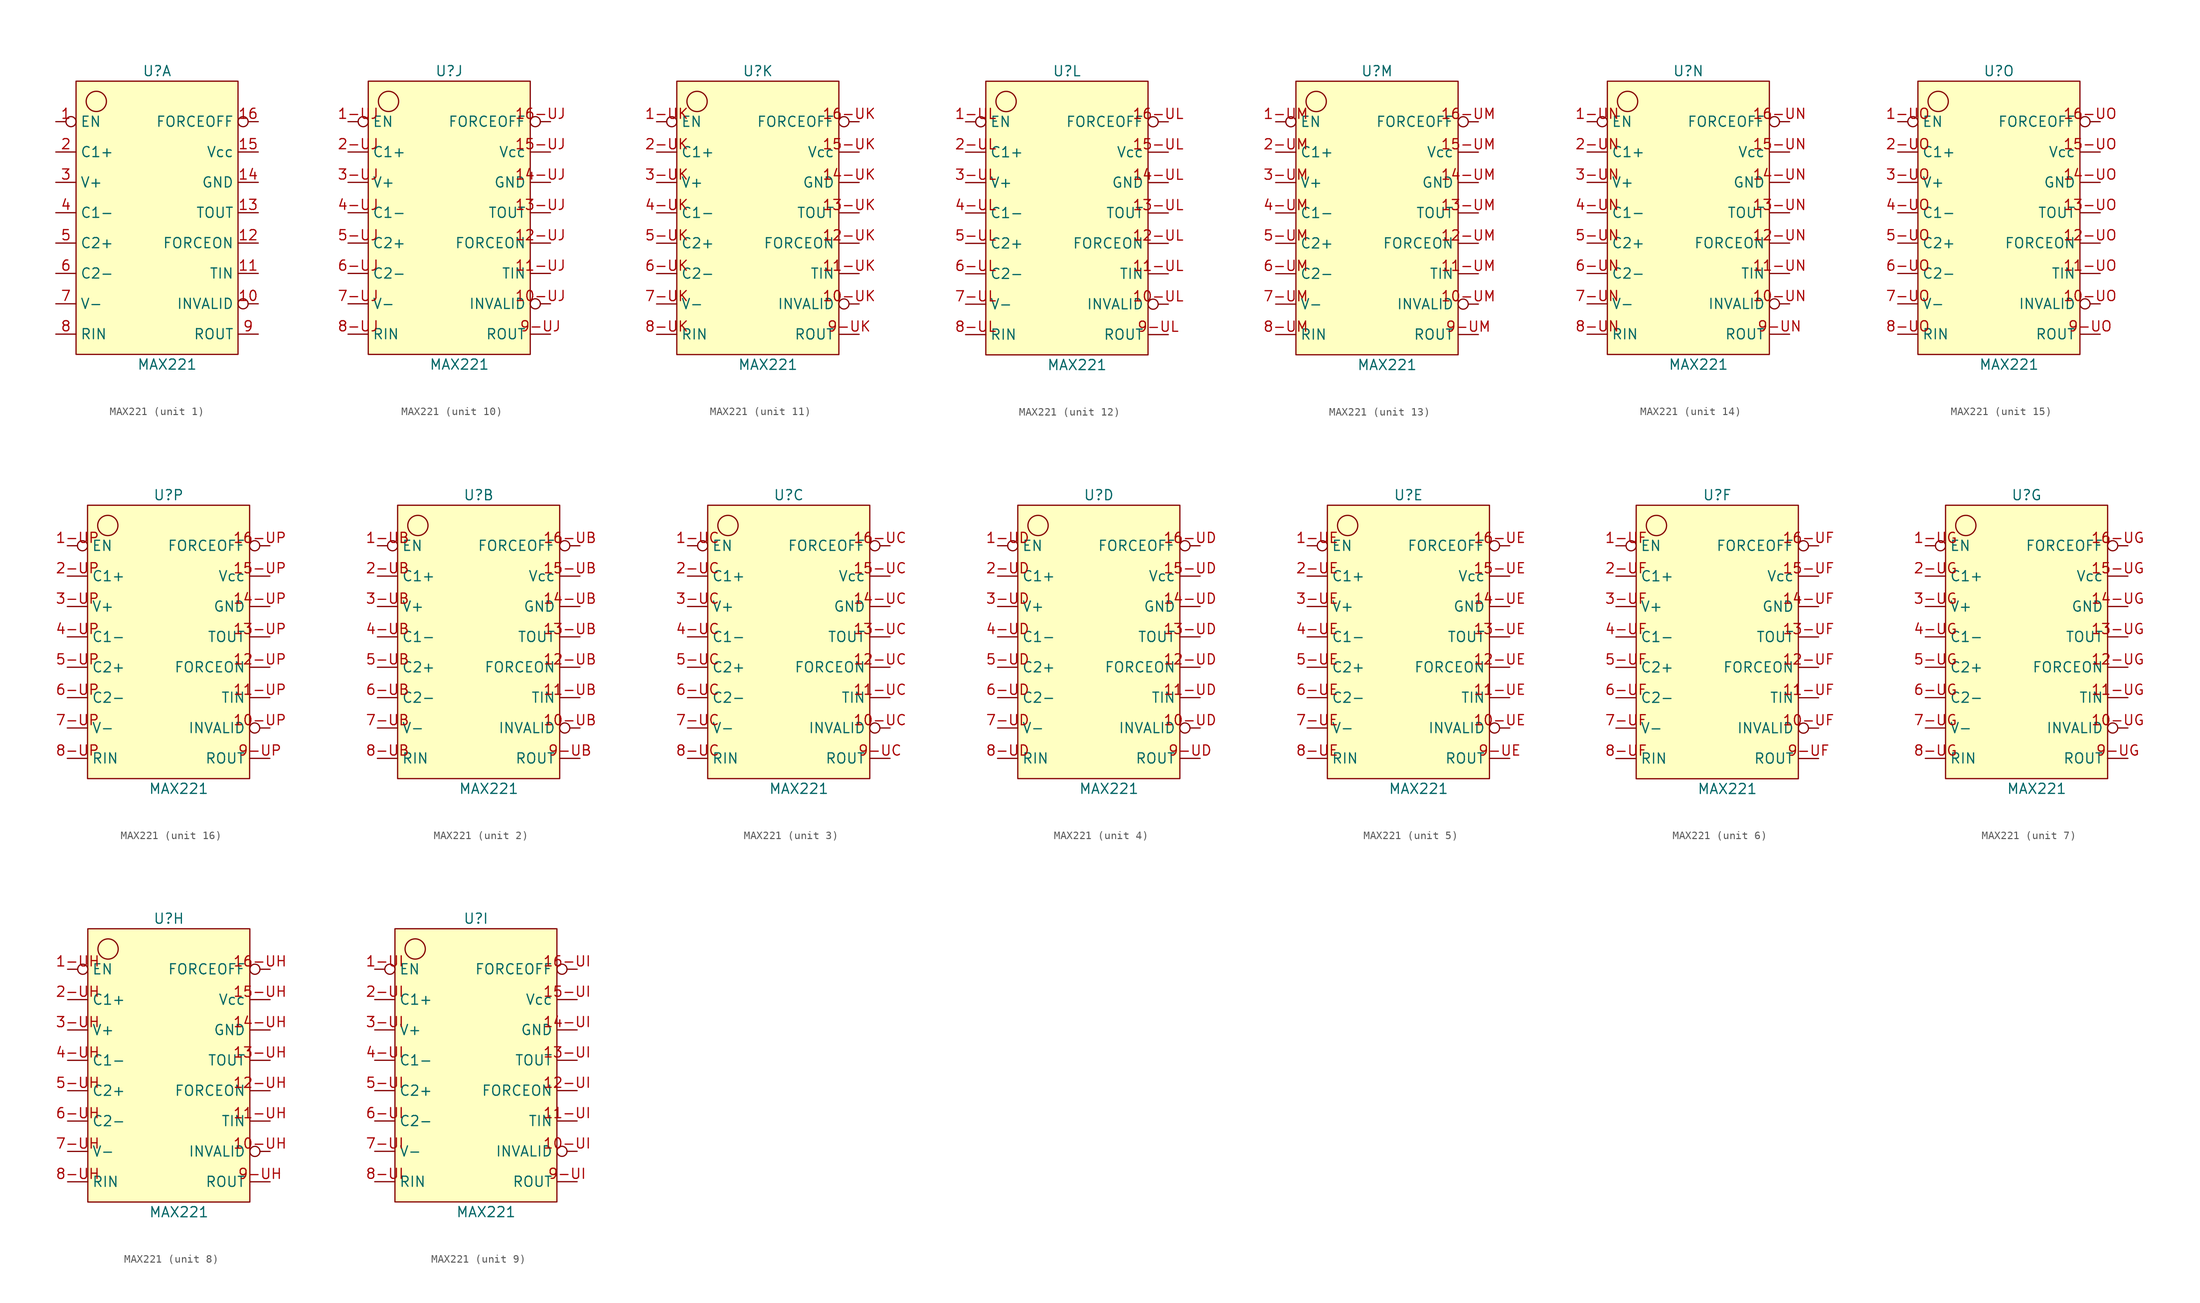
<source format=kicad_sym>
(kicad_symbol_lib
  (version 20211014)
  (generator kicad_symbol_editor)
  (symbol "MAX221"
    (property "Reference" "U"
      (at -5.08 19.05 0)
      (effects (font (size 1.27 1.27))))
    (property "Value" "MAX221"
      (at -3.81 -17.78 0)
      (effects (font (size 1.27 1.27))))
    (symbol "MAX221_0_1"
      (rectangle (start -15.24 17.78) (end 5.08 -16.51) (stroke (width 0) (type default) (color 0 0 0 0)) (fill (type background)))
      (circle (center -12.7 15.24) (radius 1.27) (stroke (width 0) (type default) (color 0 0 0 0)) (fill (type none))))
    (symbol "MAX221_1_1"
      (pin input inverted (at -17.78 12.7 0) (length 2.54) (name "EN" (effects (font (size 1.27 1.27)))) (number "1" (effects (font (size 1.27 1.27)))))
      (pin bidirectional inverted (at 7.62 -10.16 180) (length 2.54) (name "INVALID" (effects (font (size 1.27 1.27)))) (number "10" (effects (font (size 1.27 1.27)))))
      (pin bidirectional line (at 7.62 -6.35 180) (length 2.54) (name "TIN" (effects (font (size 1.27 1.27)))) (number "11" (effects (font (size 1.27 1.27)))))
      (pin bidirectional line (at 7.62 -2.54 180) (length 2.54) (name "FORCEON" (effects (font (size 1.27 1.27)))) (number "12" (effects (font (size 1.27 1.27)))))
      (pin bidirectional line (at 7.62 1.27 180) (length 2.54) (name "TOUT" (effects (font (size 1.27 1.27)))) (number "13" (effects (font (size 1.27 1.27)))))
      (pin power_out line (at 7.62 5.08 180) (length 2.54) (name "GND" (effects (font (size 1.27 1.27)))) (number "14" (effects (font (size 1.27 1.27)))))
      (pin power_in line (at 7.62 8.89 180) (length 2.54) (name "Vcc" (effects (font (size 1.27 1.27)))) (number "15" (effects (font (size 1.27 1.27)))))
      (pin bidirectional inverted (at 7.62 12.7 180) (length 2.54) (name "FORCEOFF" (effects (font (size 1.27 1.27)))) (number "16" (effects (font (size 1.27 1.27)))))
      (pin bidirectional line (at -17.78 8.89 0) (length 2.54) (name "C1+" (effects (font (size 1.27 1.27)))) (number "2" (effects (font (size 1.27 1.27)))))
      (pin bidirectional line (at -17.78 5.08 0) (length 2.54) (name "V+" (effects (font (size 1.27 1.27)))) (number "3" (effects (font (size 1.27 1.27)))))
      (pin bidirectional line (at -17.78 1.27 0) (length 2.54) (name "C1-" (effects (font (size 1.27 1.27)))) (number "4" (effects (font (size 1.27 1.27)))))
      (pin bidirectional line (at -17.78 -2.54 0) (length 2.54) (name "C2+" (effects (font (size 1.27 1.27)))) (number "5" (effects (font (size 1.27 1.27)))))
      (pin bidirectional line (at -17.78 -6.35 0) (length 2.54) (name "C2-" (effects (font (size 1.27 1.27)))) (number "6" (effects (font (size 1.27 1.27)))))
      (pin bidirectional line (at -17.78 -10.16 0) (length 2.54) (name "V-" (effects (font (size 1.27 1.27)))) (number "7" (effects (font (size 1.27 1.27)))))
      (pin bidirectional line (at -17.78 -13.97 0) (length 2.54) (name "RIN" (effects (font (size 1.27 1.27)))) (number "8" (effects (font (size 1.27 1.27)))))
      (pin bidirectional line (at 7.62 -13.97 180) (length 2.54) (name "ROUT" (effects (font (size 1.27 1.27)))) (number "9" (effects (font (size 1.27 1.27))))))
    (symbol "MAX221_2_1"
      (pin input inverted (at -17.78 12.7 0) (length 2.54) (name "EN" (effects (font (size 1.27 1.27)))) (number "1-UB" (effects (font (size 1.27 1.27)))))
      (pin bidirectional inverted (at 7.62 -10.16 180) (length 2.54) (name "INVALID" (effects (font (size 1.27 1.27)))) (number "10-UB" (effects (font (size 1.27 1.27)))))
      (pin bidirectional line (at 7.62 -6.35 180) (length 2.54) (name "TIN" (effects (font (size 1.27 1.27)))) (number "11-UB" (effects (font (size 1.27 1.27)))))
      (pin bidirectional line (at 7.62 -2.54 180) (length 2.54) (name "FORCEON" (effects (font (size 1.27 1.27)))) (number "12-UB" (effects (font (size 1.27 1.27)))))
      (pin bidirectional line (at 7.62 1.27 180) (length 2.54) (name "TOUT" (effects (font (size 1.27 1.27)))) (number "13-UB" (effects (font (size 1.27 1.27)))))
      (pin power_out line (at 7.62 5.08 180) (length 2.54) (name "GND" (effects (font (size 1.27 1.27)))) (number "14-UB" (effects (font (size 1.27 1.27)))))
      (pin power_in line (at 7.62 8.89 180) (length 2.54) (name "Vcc" (effects (font (size 1.27 1.27)))) (number "15-UB" (effects (font (size 1.27 1.27)))))
      (pin bidirectional inverted (at 7.62 12.7 180) (length 2.54) (name "FORCEOFF" (effects (font (size 1.27 1.27)))) (number "16-UB" (effects (font (size 1.27 1.27)))))
      (pin bidirectional line (at -17.78 8.89 0) (length 2.54) (name "C1+" (effects (font (size 1.27 1.27)))) (number "2-UB" (effects (font (size 1.27 1.27)))))
      (pin bidirectional line (at -17.78 5.08 0) (length 2.54) (name "V+" (effects (font (size 1.27 1.27)))) (number "3-UB" (effects (font (size 1.27 1.27)))))
      (pin bidirectional line (at -17.78 1.27 0) (length 2.54) (name "C1-" (effects (font (size 1.27 1.27)))) (number "4-UB" (effects (font (size 1.27 1.27)))))
      (pin bidirectional line (at -17.78 -2.54 0) (length 2.54) (name "C2+" (effects (font (size 1.27 1.27)))) (number "5-UB" (effects (font (size 1.27 1.27)))))
      (pin bidirectional line (at -17.78 -6.35 0) (length 2.54) (name "C2-" (effects (font (size 1.27 1.27)))) (number "6-UB" (effects (font (size 1.27 1.27)))))
      (pin bidirectional line (at -17.78 -10.16 0) (length 2.54) (name "V-" (effects (font (size 1.27 1.27)))) (number "7-UB" (effects (font (size 1.27 1.27)))))
      (pin bidirectional line (at -17.78 -13.97 0) (length 2.54) (name "RIN" (effects (font (size 1.27 1.27)))) (number "8-UB" (effects (font (size 1.27 1.27)))))
      (pin bidirectional line (at 7.62 -13.97 180) (length 2.54) (name "ROUT" (effects (font (size 1.27 1.27)))) (number "9-UB" (effects (font (size 1.27 1.27))))))
    (symbol "MAX221_3_1"
      (pin input inverted (at -17.78 12.7 0) (length 2.54) (name "EN" (effects (font (size 1.27 1.27)))) (number "1-UC" (effects (font (size 1.27 1.27)))))
      (pin bidirectional inverted (at 7.62 -10.16 180) (length 2.54) (name "INVALID" (effects (font (size 1.27 1.27)))) (number "10-UC" (effects (font (size 1.27 1.27)))))
      (pin bidirectional line (at 7.62 -6.35 180) (length 2.54) (name "TIN" (effects (font (size 1.27 1.27)))) (number "11-UC" (effects (font (size 1.27 1.27)))))
      (pin bidirectional line (at 7.62 -2.54 180) (length 2.54) (name "FORCEON" (effects (font (size 1.27 1.27)))) (number "12-UC" (effects (font (size 1.27 1.27)))))
      (pin bidirectional line (at 7.62 1.27 180) (length 2.54) (name "TOUT" (effects (font (size 1.27 1.27)))) (number "13-UC" (effects (font (size 1.27 1.27)))))
      (pin power_out line (at 7.62 5.08 180) (length 2.54) (name "GND" (effects (font (size 1.27 1.27)))) (number "14-UC" (effects (font (size 1.27 1.27)))))
      (pin power_in line (at 7.62 8.89 180) (length 2.54) (name "Vcc" (effects (font (size 1.27 1.27)))) (number "15-UC" (effects (font (size 1.27 1.27)))))
      (pin bidirectional inverted (at 7.62 12.7 180) (length 2.54) (name "FORCEOFF" (effects (font (size 1.27 1.27)))) (number "16-UC" (effects (font (size 1.27 1.27)))))
      (pin bidirectional line (at -17.78 8.89 0) (length 2.54) (name "C1+" (effects (font (size 1.27 1.27)))) (number "2-UC" (effects (font (size 1.27 1.27)))))
      (pin bidirectional line (at -17.78 5.08 0) (length 2.54) (name "V+" (effects (font (size 1.27 1.27)))) (number "3-UC" (effects (font (size 1.27 1.27)))))
      (pin bidirectional line (at -17.78 1.27 0) (length 2.54) (name "C1-" (effects (font (size 1.27 1.27)))) (number "4-UC" (effects (font (size 1.27 1.27)))))
      (pin bidirectional line (at -17.78 -2.54 0) (length 2.54) (name "C2+" (effects (font (size 1.27 1.27)))) (number "5-UC" (effects (font (size 1.27 1.27)))))
      (pin bidirectional line (at -17.78 -6.35 0) (length 2.54) (name "C2-" (effects (font (size 1.27 1.27)))) (number "6-UC" (effects (font (size 1.27 1.27)))))
      (pin bidirectional line (at -17.78 -10.16 0) (length 2.54) (name "V-" (effects (font (size 1.27 1.27)))) (number "7-UC" (effects (font (size 1.27 1.27)))))
      (pin bidirectional line (at -17.78 -13.97 0) (length 2.54) (name "RIN" (effects (font (size 1.27 1.27)))) (number "8-UC" (effects (font (size 1.27 1.27)))))
      (pin bidirectional line (at 7.62 -13.97 180) (length 2.54) (name "ROUT" (effects (font (size 1.27 1.27)))) (number "9-UC" (effects (font (size 1.27 1.27))))))
    (symbol "MAX221_4_1"
      (pin input inverted (at -17.78 12.7 0) (length 2.54) (name "EN" (effects (font (size 1.27 1.27)))) (number "1-UD" (effects (font (size 1.27 1.27)))))
      (pin bidirectional inverted (at 7.62 -10.16 180) (length 2.54) (name "INVALID" (effects (font (size 1.27 1.27)))) (number "10-UD" (effects (font (size 1.27 1.27)))))
      (pin bidirectional line (at 7.62 -6.35 180) (length 2.54) (name "TIN" (effects (font (size 1.27 1.27)))) (number "11-UD" (effects (font (size 1.27 1.27)))))
      (pin bidirectional line (at 7.62 -2.54 180) (length 2.54) (name "FORCEON" (effects (font (size 1.27 1.27)))) (number "12-UD" (effects (font (size 1.27 1.27)))))
      (pin bidirectional line (at 7.62 1.27 180) (length 2.54) (name "TOUT" (effects (font (size 1.27 1.27)))) (number "13-UD" (effects (font (size 1.27 1.27)))))
      (pin power_out line (at 7.62 5.08 180) (length 2.54) (name "GND" (effects (font (size 1.27 1.27)))) (number "14-UD" (effects (font (size 1.27 1.27)))))
      (pin power_in line (at 7.62 8.89 180) (length 2.54) (name "Vcc" (effects (font (size 1.27 1.27)))) (number "15-UD" (effects (font (size 1.27 1.27)))))
      (pin bidirectional inverted (at 7.62 12.7 180) (length 2.54) (name "FORCEOFF" (effects (font (size 1.27 1.27)))) (number "16-UD" (effects (font (size 1.27 1.27)))))
      (pin bidirectional line (at -17.78 8.89 0) (length 2.54) (name "C1+" (effects (font (size 1.27 1.27)))) (number "2-UD" (effects (font (size 1.27 1.27)))))
      (pin bidirectional line (at -17.78 5.08 0) (length 2.54) (name "V+" (effects (font (size 1.27 1.27)))) (number "3-UD" (effects (font (size 1.27 1.27)))))
      (pin bidirectional line (at -17.78 1.27 0) (length 2.54) (name "C1-" (effects (font (size 1.27 1.27)))) (number "4-UD" (effects (font (size 1.27 1.27)))))
      (pin bidirectional line (at -17.78 -2.54 0) (length 2.54) (name "C2+" (effects (font (size 1.27 1.27)))) (number "5-UD" (effects (font (size 1.27 1.27)))))
      (pin bidirectional line (at -17.78 -6.35 0) (length 2.54) (name "C2-" (effects (font (size 1.27 1.27)))) (number "6-UD" (effects (font (size 1.27 1.27)))))
      (pin bidirectional line (at -17.78 -10.16 0) (length 2.54) (name "V-" (effects (font (size 1.27 1.27)))) (number "7-UD" (effects (font (size 1.27 1.27)))))
      (pin bidirectional line (at -17.78 -13.97 0) (length 2.54) (name "RIN" (effects (font (size 1.27 1.27)))) (number "8-UD" (effects (font (size 1.27 1.27)))))
      (pin bidirectional line (at 7.62 -13.97 180) (length 2.54) (name "ROUT" (effects (font (size 1.27 1.27)))) (number "9-UD" (effects (font (size 1.27 1.27))))))
    (symbol "MAX221_5_1"
      (pin input inverted (at -17.78 12.7 0) (length 2.54) (name "EN" (effects (font (size 1.27 1.27)))) (number "1-UE" (effects (font (size 1.27 1.27)))))
      (pin bidirectional inverted (at 7.62 -10.16 180) (length 2.54) (name "INVALID" (effects (font (size 1.27 1.27)))) (number "10-UE" (effects (font (size 1.27 1.27)))))
      (pin bidirectional line (at 7.62 -6.35 180) (length 2.54) (name "TIN" (effects (font (size 1.27 1.27)))) (number "11-UE" (effects (font (size 1.27 1.27)))))
      (pin bidirectional line (at 7.62 -2.54 180) (length 2.54) (name "FORCEON" (effects (font (size 1.27 1.27)))) (number "12-UE" (effects (font (size 1.27 1.27)))))
      (pin bidirectional line (at 7.62 1.27 180) (length 2.54) (name "TOUT" (effects (font (size 1.27 1.27)))) (number "13-UE" (effects (font (size 1.27 1.27)))))
      (pin power_out line (at 7.62 5.08 180) (length 2.54) (name "GND" (effects (font (size 1.27 1.27)))) (number "14-UE" (effects (font (size 1.27 1.27)))))
      (pin power_in line (at 7.62 8.89 180) (length 2.54) (name "Vcc" (effects (font (size 1.27 1.27)))) (number "15-UE" (effects (font (size 1.27 1.27)))))
      (pin bidirectional inverted (at 7.62 12.7 180) (length 2.54) (name "FORCEOFF" (effects (font (size 1.27 1.27)))) (number "16-UE" (effects (font (size 1.27 1.27)))))
      (pin bidirectional line (at -17.78 8.89 0) (length 2.54) (name "C1+" (effects (font (size 1.27 1.27)))) (number "2-UE" (effects (font (size 1.27 1.27)))))
      (pin bidirectional line (at -17.78 5.08 0) (length 2.54) (name "V+" (effects (font (size 1.27 1.27)))) (number "3-UE" (effects (font (size 1.27 1.27)))))
      (pin bidirectional line (at -17.78 1.27 0) (length 2.54) (name "C1-" (effects (font (size 1.27 1.27)))) (number "4-UE" (effects (font (size 1.27 1.27)))))
      (pin bidirectional line (at -17.78 -2.54 0) (length 2.54) (name "C2+" (effects (font (size 1.27 1.27)))) (number "5-UE" (effects (font (size 1.27 1.27)))))
      (pin bidirectional line (at -17.78 -6.35 0) (length 2.54) (name "C2-" (effects (font (size 1.27 1.27)))) (number "6-UE" (effects (font (size 1.27 1.27)))))
      (pin bidirectional line (at -17.78 -10.16 0) (length 2.54) (name "V-" (effects (font (size 1.27 1.27)))) (number "7-UE" (effects (font (size 1.27 1.27)))))
      (pin bidirectional line (at -17.78 -13.97 0) (length 2.54) (name "RIN" (effects (font (size 1.27 1.27)))) (number "8-UE" (effects (font (size 1.27 1.27)))))
      (pin bidirectional line (at 7.62 -13.97 180) (length 2.54) (name "ROUT" (effects (font (size 1.27 1.27)))) (number "9-UE" (effects (font (size 1.27 1.27))))))
    (symbol "MAX221_6_1"
      (pin input inverted (at -17.78 12.7 0) (length 2.54) (name "EN" (effects (font (size 1.27 1.27)))) (number "1-UF" (effects (font (size 1.27 1.27)))))
      (pin bidirectional inverted (at 7.62 -10.16 180) (length 2.54) (name "INVALID" (effects (font (size 1.27 1.27)))) (number "10-UF" (effects (font (size 1.27 1.27)))))
      (pin bidirectional line (at 7.62 -6.35 180) (length 2.54) (name "TIN" (effects (font (size 1.27 1.27)))) (number "11-UF" (effects (font (size 1.27 1.27)))))
      (pin bidirectional line (at 7.62 -2.54 180) (length 2.54) (name "FORCEON" (effects (font (size 1.27 1.27)))) (number "12-UF" (effects (font (size 1.27 1.27)))))
      (pin bidirectional line (at 7.62 1.27 180) (length 2.54) (name "TOUT" (effects (font (size 1.27 1.27)))) (number "13-UF" (effects (font (size 1.27 1.27)))))
      (pin power_out line (at 7.62 5.08 180) (length 2.54) (name "GND" (effects (font (size 1.27 1.27)))) (number "14-UF" (effects (font (size 1.27 1.27)))))
      (pin power_in line (at 7.62 8.89 180) (length 2.54) (name "Vcc" (effects (font (size 1.27 1.27)))) (number "15-UF" (effects (font (size 1.27 1.27)))))
      (pin bidirectional inverted (at 7.62 12.7 180) (length 2.54) (name "FORCEOFF" (effects (font (size 1.27 1.27)))) (number "16-UF" (effects (font (size 1.27 1.27)))))
      (pin bidirectional line (at -17.78 8.89 0) (length 2.54) (name "C1+" (effects (font (size 1.27 1.27)))) (number "2-UF" (effects (font (size 1.27 1.27)))))
      (pin bidirectional line (at -17.78 5.08 0) (length 2.54) (name "V+" (effects (font (size 1.27 1.27)))) (number "3-UF" (effects (font (size 1.27 1.27)))))
      (pin bidirectional line (at -17.78 1.27 0) (length 2.54) (name "C1-" (effects (font (size 1.27 1.27)))) (number "4-UF" (effects (font (size 1.27 1.27)))))
      (pin bidirectional line (at -17.78 -2.54 0) (length 2.54) (name "C2+" (effects (font (size 1.27 1.27)))) (number "5-UF" (effects (font (size 1.27 1.27)))))
      (pin bidirectional line (at -17.78 -6.35 0) (length 2.54) (name "C2-" (effects (font (size 1.27 1.27)))) (number "6-UF" (effects (font (size 1.27 1.27)))))
      (pin bidirectional line (at -17.78 -10.16 0) (length 2.54) (name "V-" (effects (font (size 1.27 1.27)))) (number "7-UF" (effects (font (size 1.27 1.27)))))
      (pin bidirectional line (at -17.78 -13.97 0) (length 2.54) (name "RIN" (effects (font (size 1.27 1.27)))) (number "8-UF" (effects (font (size 1.27 1.27)))))
      (pin bidirectional line (at 7.62 -13.97 180) (length 2.54) (name "ROUT" (effects (font (size 1.27 1.27)))) (number "9-UF" (effects (font (size 1.27 1.27))))))
    (symbol "MAX221_7_1"
      (pin input inverted (at -17.78 12.7 0) (length 2.54) (name "EN" (effects (font (size 1.27 1.27)))) (number "1-UG" (effects (font (size 1.27 1.27)))))
      (pin bidirectional inverted (at 7.62 -10.16 180) (length 2.54) (name "INVALID" (effects (font (size 1.27 1.27)))) (number "10-UG" (effects (font (size 1.27 1.27)))))
      (pin bidirectional line (at 7.62 -6.35 180) (length 2.54) (name "TIN" (effects (font (size 1.27 1.27)))) (number "11-UG" (effects (font (size 1.27 1.27)))))
      (pin bidirectional line (at 7.62 -2.54 180) (length 2.54) (name "FORCEON" (effects (font (size 1.27 1.27)))) (number "12-UG" (effects (font (size 1.27 1.27)))))
      (pin bidirectional line (at 7.62 1.27 180) (length 2.54) (name "TOUT" (effects (font (size 1.27 1.27)))) (number "13-UG" (effects (font (size 1.27 1.27)))))
      (pin power_out line (at 7.62 5.08 180) (length 2.54) (name "GND" (effects (font (size 1.27 1.27)))) (number "14-UG" (effects (font (size 1.27 1.27)))))
      (pin power_in line (at 7.62 8.89 180) (length 2.54) (name "Vcc" (effects (font (size 1.27 1.27)))) (number "15-UG" (effects (font (size 1.27 1.27)))))
      (pin bidirectional inverted (at 7.62 12.7 180) (length 2.54) (name "FORCEOFF" (effects (font (size 1.27 1.27)))) (number "16-UG" (effects (font (size 1.27 1.27)))))
      (pin bidirectional line (at -17.78 8.89 0) (length 2.54) (name "C1+" (effects (font (size 1.27 1.27)))) (number "2-UG" (effects (font (size 1.27 1.27)))))
      (pin bidirectional line (at -17.78 5.08 0) (length 2.54) (name "V+" (effects (font (size 1.27 1.27)))) (number "3-UG" (effects (font (size 1.27 1.27)))))
      (pin bidirectional line (at -17.78 1.27 0) (length 2.54) (name "C1-" (effects (font (size 1.27 1.27)))) (number "4-UG" (effects (font (size 1.27 1.27)))))
      (pin bidirectional line (at -17.78 -2.54 0) (length 2.54) (name "C2+" (effects (font (size 1.27 1.27)))) (number "5-UG" (effects (font (size 1.27 1.27)))))
      (pin bidirectional line (at -17.78 -6.35 0) (length 2.54) (name "C2-" (effects (font (size 1.27 1.27)))) (number "6-UG" (effects (font (size 1.27 1.27)))))
      (pin bidirectional line (at -17.78 -10.16 0) (length 2.54) (name "V-" (effects (font (size 1.27 1.27)))) (number "7-UG" (effects (font (size 1.27 1.27)))))
      (pin bidirectional line (at -17.78 -13.97 0) (length 2.54) (name "RIN" (effects (font (size 1.27 1.27)))) (number "8-UG" (effects (font (size 1.27 1.27)))))
      (pin bidirectional line (at 7.62 -13.97 180) (length 2.54) (name "ROUT" (effects (font (size 1.27 1.27)))) (number "9-UG" (effects (font (size 1.27 1.27))))))
    (symbol "MAX221_8_1"
      (pin input inverted (at -17.78 12.7 0) (length 2.54) (name "EN" (effects (font (size 1.27 1.27)))) (number "1-UH" (effects (font (size 1.27 1.27)))))
      (pin bidirectional inverted (at 7.62 -10.16 180) (length 2.54) (name "INVALID" (effects (font (size 1.27 1.27)))) (number "10-UH" (effects (font (size 1.27 1.27)))))
      (pin bidirectional line (at 7.62 -6.35 180) (length 2.54) (name "TIN" (effects (font (size 1.27 1.27)))) (number "11-UH" (effects (font (size 1.27 1.27)))))
      (pin bidirectional line (at 7.62 -2.54 180) (length 2.54) (name "FORCEON" (effects (font (size 1.27 1.27)))) (number "12-UH" (effects (font (size 1.27 1.27)))))
      (pin bidirectional line (at 7.62 1.27 180) (length 2.54) (name "TOUT" (effects (font (size 1.27 1.27)))) (number "13-UH" (effects (font (size 1.27 1.27)))))
      (pin power_out line (at 7.62 5.08 180) (length 2.54) (name "GND" (effects (font (size 1.27 1.27)))) (number "14-UH" (effects (font (size 1.27 1.27)))))
      (pin power_in line (at 7.62 8.89 180) (length 2.54) (name "Vcc" (effects (font (size 1.27 1.27)))) (number "15-UH" (effects (font (size 1.27 1.27)))))
      (pin bidirectional inverted (at 7.62 12.7 180) (length 2.54) (name "FORCEOFF" (effects (font (size 1.27 1.27)))) (number "16-UH" (effects (font (size 1.27 1.27)))))
      (pin bidirectional line (at -17.78 8.89 0) (length 2.54) (name "C1+" (effects (font (size 1.27 1.27)))) (number "2-UH" (effects (font (size 1.27 1.27)))))
      (pin bidirectional line (at -17.78 5.08 0) (length 2.54) (name "V+" (effects (font (size 1.27 1.27)))) (number "3-UH" (effects (font (size 1.27 1.27)))))
      (pin bidirectional line (at -17.78 1.27 0) (length 2.54) (name "C1-" (effects (font (size 1.27 1.27)))) (number "4-UH" (effects (font (size 1.27 1.27)))))
      (pin bidirectional line (at -17.78 -2.54 0) (length 2.54) (name "C2+" (effects (font (size 1.27 1.27)))) (number "5-UH" (effects (font (size 1.27 1.27)))))
      (pin bidirectional line (at -17.78 -6.35 0) (length 2.54) (name "C2-" (effects (font (size 1.27 1.27)))) (number "6-UH" (effects (font (size 1.27 1.27)))))
      (pin bidirectional line (at -17.78 -10.16 0) (length 2.54) (name "V-" (effects (font (size 1.27 1.27)))) (number "7-UH" (effects (font (size 1.27 1.27)))))
      (pin bidirectional line (at -17.78 -13.97 0) (length 2.54) (name "RIN" (effects (font (size 1.27 1.27)))) (number "8-UH" (effects (font (size 1.27 1.27)))))
      (pin bidirectional line (at 7.62 -13.97 180) (length 2.54) (name "ROUT" (effects (font (size 1.27 1.27)))) (number "9-UH" (effects (font (size 1.27 1.27))))))
    (symbol "MAX221_9_1"
      (pin input inverted (at -17.78 12.7 0) (length 2.54) (name "EN" (effects (font (size 1.27 1.27)))) (number "1-UI" (effects (font (size 1.27 1.27)))))
      (pin bidirectional inverted (at 7.62 -10.16 180) (length 2.54) (name "INVALID" (effects (font (size 1.27 1.27)))) (number "10-UI" (effects (font (size 1.27 1.27)))))
      (pin bidirectional line (at 7.62 -6.35 180) (length 2.54) (name "TIN" (effects (font (size 1.27 1.27)))) (number "11-UI" (effects (font (size 1.27 1.27)))))
      (pin bidirectional line (at 7.62 -2.54 180) (length 2.54) (name "FORCEON" (effects (font (size 1.27 1.27)))) (number "12-UI" (effects (font (size 1.27 1.27)))))
      (pin bidirectional line (at 7.62 1.27 180) (length 2.54) (name "TOUT" (effects (font (size 1.27 1.27)))) (number "13-UI" (effects (font (size 1.27 1.27)))))
      (pin power_out line (at 7.62 5.08 180) (length 2.54) (name "GND" (effects (font (size 1.27 1.27)))) (number "14-UI" (effects (font (size 1.27 1.27)))))
      (pin power_in line (at 7.62 8.89 180) (length 2.54) (name "Vcc" (effects (font (size 1.27 1.27)))) (number "15-UI" (effects (font (size 1.27 1.27)))))
      (pin bidirectional inverted (at 7.62 12.7 180) (length 2.54) (name "FORCEOFF" (effects (font (size 1.27 1.27)))) (number "16-UI" (effects (font (size 1.27 1.27)))))
      (pin bidirectional line (at -17.78 8.89 0) (length 2.54) (name "C1+" (effects (font (size 1.27 1.27)))) (number "2-UI" (effects (font (size 1.27 1.27)))))
      (pin bidirectional line (at -17.78 5.08 0) (length 2.54) (name "V+" (effects (font (size 1.27 1.27)))) (number "3-UI" (effects (font (size 1.27 1.27)))))
      (pin bidirectional line (at -17.78 1.27 0) (length 2.54) (name "C1-" (effects (font (size 1.27 1.27)))) (number "4-UI" (effects (font (size 1.27 1.27)))))
      (pin bidirectional line (at -17.78 -2.54 0) (length 2.54) (name "C2+" (effects (font (size 1.27 1.27)))) (number "5-UI" (effects (font (size 1.27 1.27)))))
      (pin bidirectional line (at -17.78 -6.35 0) (length 2.54) (name "C2-" (effects (font (size 1.27 1.27)))) (number "6-UI" (effects (font (size 1.27 1.27)))))
      (pin bidirectional line (at -17.78 -10.16 0) (length 2.54) (name "V-" (effects (font (size 1.27 1.27)))) (number "7-UI" (effects (font (size 1.27 1.27)))))
      (pin bidirectional line (at -17.78 -13.97 0) (length 2.54) (name "RIN" (effects (font (size 1.27 1.27)))) (number "8-UI" (effects (font (size 1.27 1.27)))))
      (pin bidirectional line (at 7.62 -13.97 180) (length 2.54) (name "ROUT" (effects (font (size 1.27 1.27)))) (number "9-UI" (effects (font (size 1.27 1.27))))))
    (symbol "MAX221_10_1"
      (pin input inverted (at -17.78 12.7 0) (length 2.54) (name "EN" (effects (font (size 1.27 1.27)))) (number "1-UJ" (effects (font (size 1.27 1.27)))))
      (pin bidirectional inverted (at 7.62 -10.16 180) (length 2.54) (name "INVALID" (effects (font (size 1.27 1.27)))) (number "10-UJ" (effects (font (size 1.27 1.27)))))
      (pin bidirectional line (at 7.62 -6.35 180) (length 2.54) (name "TIN" (effects (font (size 1.27 1.27)))) (number "11-UJ" (effects (font (size 1.27 1.27)))))
      (pin bidirectional line (at 7.62 -2.54 180) (length 2.54) (name "FORCEON" (effects (font (size 1.27 1.27)))) (number "12-UJ" (effects (font (size 1.27 1.27)))))
      (pin bidirectional line (at 7.62 1.27 180) (length 2.54) (name "TOUT" (effects (font (size 1.27 1.27)))) (number "13-UJ" (effects (font (size 1.27 1.27)))))
      (pin power_out line (at 7.62 5.08 180) (length 2.54) (name "GND" (effects (font (size 1.27 1.27)))) (number "14-UJ" (effects (font (size 1.27 1.27)))))
      (pin power_in line (at 7.62 8.89 180) (length 2.54) (name "Vcc" (effects (font (size 1.27 1.27)))) (number "15-UJ" (effects (font (size 1.27 1.27)))))
      (pin bidirectional inverted (at 7.62 12.7 180) (length 2.54) (name "FORCEOFF" (effects (font (size 1.27 1.27)))) (number "16-UJ" (effects (font (size 1.27 1.27)))))
      (pin bidirectional line (at -17.78 8.89 0) (length 2.54) (name "C1+" (effects (font (size 1.27 1.27)))) (number "2-UJ" (effects (font (size 1.27 1.27)))))
      (pin bidirectional line (at -17.78 5.08 0) (length 2.54) (name "V+" (effects (font (size 1.27 1.27)))) (number "3-UJ" (effects (font (size 1.27 1.27)))))
      (pin bidirectional line (at -17.78 1.27 0) (length 2.54) (name "C1-" (effects (font (size 1.27 1.27)))) (number "4-UJ" (effects (font (size 1.27 1.27)))))
      (pin bidirectional line (at -17.78 -2.54 0) (length 2.54) (name "C2+" (effects (font (size 1.27 1.27)))) (number "5-UJ" (effects (font (size 1.27 1.27)))))
      (pin bidirectional line (at -17.78 -6.35 0) (length 2.54) (name "C2-" (effects (font (size 1.27 1.27)))) (number "6-UJ" (effects (font (size 1.27 1.27)))))
      (pin bidirectional line (at -17.78 -10.16 0) (length 2.54) (name "V-" (effects (font (size 1.27 1.27)))) (number "7-UJ" (effects (font (size 1.27 1.27)))))
      (pin bidirectional line (at -17.78 -13.97 0) (length 2.54) (name "RIN" (effects (font (size 1.27 1.27)))) (number "8-UJ" (effects (font (size 1.27 1.27)))))
      (pin bidirectional line (at 7.62 -13.97 180) (length 2.54) (name "ROUT" (effects (font (size 1.27 1.27)))) (number "9-UJ" (effects (font (size 1.27 1.27))))))
    (symbol "MAX221_11_1"
      (pin input inverted (at -17.78 12.7 0) (length 2.54) (name "EN" (effects (font (size 1.27 1.27)))) (number "1-UK" (effects (font (size 1.27 1.27)))))
      (pin bidirectional inverted (at 7.62 -10.16 180) (length 2.54) (name "INVALID" (effects (font (size 1.27 1.27)))) (number "10-UK" (effects (font (size 1.27 1.27)))))
      (pin bidirectional line (at 7.62 -6.35 180) (length 2.54) (name "TIN" (effects (font (size 1.27 1.27)))) (number "11-UK" (effects (font (size 1.27 1.27)))))
      (pin bidirectional line (at 7.62 -2.54 180) (length 2.54) (name "FORCEON" (effects (font (size 1.27 1.27)))) (number "12-UK" (effects (font (size 1.27 1.27)))))
      (pin bidirectional line (at 7.62 1.27 180) (length 2.54) (name "TOUT" (effects (font (size 1.27 1.27)))) (number "13-UK" (effects (font (size 1.27 1.27)))))
      (pin power_out line (at 7.62 5.08 180) (length 2.54) (name "GND" (effects (font (size 1.27 1.27)))) (number "14-UK" (effects (font (size 1.27 1.27)))))
      (pin power_in line (at 7.62 8.89 180) (length 2.54) (name "Vcc" (effects (font (size 1.27 1.27)))) (number "15-UK" (effects (font (size 1.27 1.27)))))
      (pin bidirectional inverted (at 7.62 12.7 180) (length 2.54) (name "FORCEOFF" (effects (font (size 1.27 1.27)))) (number "16-UK" (effects (font (size 1.27 1.27)))))
      (pin bidirectional line (at -17.78 8.89 0) (length 2.54) (name "C1+" (effects (font (size 1.27 1.27)))) (number "2-UK" (effects (font (size 1.27 1.27)))))
      (pin bidirectional line (at -17.78 5.08 0) (length 2.54) (name "V+" (effects (font (size 1.27 1.27)))) (number "3-UK" (effects (font (size 1.27 1.27)))))
      (pin bidirectional line (at -17.78 1.27 0) (length 2.54) (name "C1-" (effects (font (size 1.27 1.27)))) (number "4-UK" (effects (font (size 1.27 1.27)))))
      (pin bidirectional line (at -17.78 -2.54 0) (length 2.54) (name "C2+" (effects (font (size 1.27 1.27)))) (number "5-UK" (effects (font (size 1.27 1.27)))))
      (pin bidirectional line (at -17.78 -6.35 0) (length 2.54) (name "C2-" (effects (font (size 1.27 1.27)))) (number "6-UK" (effects (font (size 1.27 1.27)))))
      (pin bidirectional line (at -17.78 -10.16 0) (length 2.54) (name "V-" (effects (font (size 1.27 1.27)))) (number "7-UK" (effects (font (size 1.27 1.27)))))
      (pin bidirectional line (at -17.78 -13.97 0) (length 2.54) (name "RIN" (effects (font (size 1.27 1.27)))) (number "8-UK" (effects (font (size 1.27 1.27)))))
      (pin bidirectional line (at 7.62 -13.97 180) (length 2.54) (name "ROUT" (effects (font (size 1.27 1.27)))) (number "9-UK" (effects (font (size 1.27 1.27))))))
    (symbol "MAX221_12_1"
      (pin input inverted (at -17.78 12.7 0) (length 2.54) (name "EN" (effects (font (size 1.27 1.27)))) (number "1-UL" (effects (font (size 1.27 1.27)))))
      (pin bidirectional inverted (at 7.62 -10.16 180) (length 2.54) (name "INVALID" (effects (font (size 1.27 1.27)))) (number "10-UL" (effects (font (size 1.27 1.27)))))
      (pin bidirectional line (at 7.62 -6.35 180) (length 2.54) (name "TIN" (effects (font (size 1.27 1.27)))) (number "11-UL" (effects (font (size 1.27 1.27)))))
      (pin bidirectional line (at 7.62 -2.54 180) (length 2.54) (name "FORCEON" (effects (font (size 1.27 1.27)))) (number "12-UL" (effects (font (size 1.27 1.27)))))
      (pin bidirectional line (at 7.62 1.27 180) (length 2.54) (name "TOUT" (effects (font (size 1.27 1.27)))) (number "13-UL" (effects (font (size 1.27 1.27)))))
      (pin power_out line (at 7.62 5.08 180) (length 2.54) (name "GND" (effects (font (size 1.27 1.27)))) (number "14-UL" (effects (font (size 1.27 1.27)))))
      (pin power_in line (at 7.62 8.89 180) (length 2.54) (name "Vcc" (effects (font (size 1.27 1.27)))) (number "15-UL" (effects (font (size 1.27 1.27)))))
      (pin bidirectional inverted (at 7.62 12.7 180) (length 2.54) (name "FORCEOFF" (effects (font (size 1.27 1.27)))) (number "16-UL" (effects (font (size 1.27 1.27)))))
      (pin bidirectional line (at -17.78 8.89 0) (length 2.54) (name "C1+" (effects (font (size 1.27 1.27)))) (number "2-UL" (effects (font (size 1.27 1.27)))))
      (pin bidirectional line (at -17.78 5.08 0) (length 2.54) (name "V+" (effects (font (size 1.27 1.27)))) (number "3-UL" (effects (font (size 1.27 1.27)))))
      (pin bidirectional line (at -17.78 1.27 0) (length 2.54) (name "C1-" (effects (font (size 1.27 1.27)))) (number "4-UL" (effects (font (size 1.27 1.27)))))
      (pin bidirectional line (at -17.78 -2.54 0) (length 2.54) (name "C2+" (effects (font (size 1.27 1.27)))) (number "5-UL" (effects (font (size 1.27 1.27)))))
      (pin bidirectional line (at -17.78 -6.35 0) (length 2.54) (name "C2-" (effects (font (size 1.27 1.27)))) (number "6-UL" (effects (font (size 1.27 1.27)))))
      (pin bidirectional line (at -17.78 -10.16 0) (length 2.54) (name "V-" (effects (font (size 1.27 1.27)))) (number "7-UL" (effects (font (size 1.27 1.27)))))
      (pin bidirectional line (at -17.78 -13.97 0) (length 2.54) (name "RIN" (effects (font (size 1.27 1.27)))) (number "8-UL" (effects (font (size 1.27 1.27)))))
      (pin bidirectional line (at 7.62 -13.97 180) (length 2.54) (name "ROUT" (effects (font (size 1.27 1.27)))) (number "9-UL" (effects (font (size 1.27 1.27))))))
    (symbol "MAX221_13_1"
      (pin input inverted (at -17.78 12.7 0) (length 2.54) (name "EN" (effects (font (size 1.27 1.27)))) (number "1-UM" (effects (font (size 1.27 1.27)))))
      (pin bidirectional inverted (at 7.62 -10.16 180) (length 2.54) (name "INVALID" (effects (font (size 1.27 1.27)))) (number "10-UM" (effects (font (size 1.27 1.27)))))
      (pin bidirectional line (at 7.62 -6.35 180) (length 2.54) (name "TIN" (effects (font (size 1.27 1.27)))) (number "11-UM" (effects (font (size 1.27 1.27)))))
      (pin bidirectional line (at 7.62 -2.54 180) (length 2.54) (name "FORCEON" (effects (font (size 1.27 1.27)))) (number "12-UM" (effects (font (size 1.27 1.27)))))
      (pin bidirectional line (at 7.62 1.27 180) (length 2.54) (name "TOUT" (effects (font (size 1.27 1.27)))) (number "13-UM" (effects (font (size 1.27 1.27)))))
      (pin power_out line (at 7.62 5.08 180) (length 2.54) (name "GND" (effects (font (size 1.27 1.27)))) (number "14-UM" (effects (font (size 1.27 1.27)))))
      (pin power_in line (at 7.62 8.89 180) (length 2.54) (name "Vcc" (effects (font (size 1.27 1.27)))) (number "15-UM" (effects (font (size 1.27 1.27)))))
      (pin bidirectional inverted (at 7.62 12.7 180) (length 2.54) (name "FORCEOFF" (effects (font (size 1.27 1.27)))) (number "16-UM" (effects (font (size 1.27 1.27)))))
      (pin bidirectional line (at -17.78 8.89 0) (length 2.54) (name "C1+" (effects (font (size 1.27 1.27)))) (number "2-UM" (effects (font (size 1.27 1.27)))))
      (pin bidirectional line (at -17.78 5.08 0) (length 2.54) (name "V+" (effects (font (size 1.27 1.27)))) (number "3-UM" (effects (font (size 1.27 1.27)))))
      (pin bidirectional line (at -17.78 1.27 0) (length 2.54) (name "C1-" (effects (font (size 1.27 1.27)))) (number "4-UM" (effects (font (size 1.27 1.27)))))
      (pin bidirectional line (at -17.78 -2.54 0) (length 2.54) (name "C2+" (effects (font (size 1.27 1.27)))) (number "5-UM" (effects (font (size 1.27 1.27)))))
      (pin bidirectional line (at -17.78 -6.35 0) (length 2.54) (name "C2-" (effects (font (size 1.27 1.27)))) (number "6-UM" (effects (font (size 1.27 1.27)))))
      (pin bidirectional line (at -17.78 -10.16 0) (length 2.54) (name "V-" (effects (font (size 1.27 1.27)))) (number "7-UM" (effects (font (size 1.27 1.27)))))
      (pin bidirectional line (at -17.78 -13.97 0) (length 2.54) (name "RIN" (effects (font (size 1.27 1.27)))) (number "8-UM" (effects (font (size 1.27 1.27)))))
      (pin bidirectional line (at 7.62 -13.97 180) (length 2.54) (name "ROUT" (effects (font (size 1.27 1.27)))) (number "9-UM" (effects (font (size 1.27 1.27))))))
    (symbol "MAX221_14_1"
      (pin input inverted (at -17.78 12.7 0) (length 2.54) (name "EN" (effects (font (size 1.27 1.27)))) (number "1-UN" (effects (font (size 1.27 1.27)))))
      (pin bidirectional inverted (at 7.62 -10.16 180) (length 2.54) (name "INVALID" (effects (font (size 1.27 1.27)))) (number "10-UN" (effects (font (size 1.27 1.27)))))
      (pin bidirectional line (at 7.62 -6.35 180) (length 2.54) (name "TIN" (effects (font (size 1.27 1.27)))) (number "11-UN" (effects (font (size 1.27 1.27)))))
      (pin bidirectional line (at 7.62 -2.54 180) (length 2.54) (name "FORCEON" (effects (font (size 1.27 1.27)))) (number "12-UN" (effects (font (size 1.27 1.27)))))
      (pin bidirectional line (at 7.62 1.27 180) (length 2.54) (name "TOUT" (effects (font (size 1.27 1.27)))) (number "13-UN" (effects (font (size 1.27 1.27)))))
      (pin power_out line (at 7.62 5.08 180) (length 2.54) (name "GND" (effects (font (size 1.27 1.27)))) (number "14-UN" (effects (font (size 1.27 1.27)))))
      (pin power_in line (at 7.62 8.89 180) (length 2.54) (name "Vcc" (effects (font (size 1.27 1.27)))) (number "15-UN" (effects (font (size 1.27 1.27)))))
      (pin bidirectional inverted (at 7.62 12.7 180) (length 2.54) (name "FORCEOFF" (effects (font (size 1.27 1.27)))) (number "16-UN" (effects (font (size 1.27 1.27)))))
      (pin bidirectional line (at -17.78 8.89 0) (length 2.54) (name "C1+" (effects (font (size 1.27 1.27)))) (number "2-UN" (effects (font (size 1.27 1.27)))))
      (pin bidirectional line (at -17.78 5.08 0) (length 2.54) (name "V+" (effects (font (size 1.27 1.27)))) (number "3-UN" (effects (font (size 1.27 1.27)))))
      (pin bidirectional line (at -17.78 1.27 0) (length 2.54) (name "C1-" (effects (font (size 1.27 1.27)))) (number "4-UN" (effects (font (size 1.27 1.27)))))
      (pin bidirectional line (at -17.78 -2.54 0) (length 2.54) (name "C2+" (effects (font (size 1.27 1.27)))) (number "5-UN" (effects (font (size 1.27 1.27)))))
      (pin bidirectional line (at -17.78 -6.35 0) (length 2.54) (name "C2-" (effects (font (size 1.27 1.27)))) (number "6-UN" (effects (font (size 1.27 1.27)))))
      (pin bidirectional line (at -17.78 -10.16 0) (length 2.54) (name "V-" (effects (font (size 1.27 1.27)))) (number "7-UN" (effects (font (size 1.27 1.27)))))
      (pin bidirectional line (at -17.78 -13.97 0) (length 2.54) (name "RIN" (effects (font (size 1.27 1.27)))) (number "8-UN" (effects (font (size 1.27 1.27)))))
      (pin bidirectional line (at 7.62 -13.97 180) (length 2.54) (name "ROUT" (effects (font (size 1.27 1.27)))) (number "9-UN" (effects (font (size 1.27 1.27))))))
    (symbol "MAX221_15_1"
      (pin input inverted (at -17.78 12.7 0) (length 2.54) (name "EN" (effects (font (size 1.27 1.27)))) (number "1-UO" (effects (font (size 1.27 1.27)))))
      (pin bidirectional inverted (at 7.62 -10.16 180) (length 2.54) (name "INVALID" (effects (font (size 1.27 1.27)))) (number "10-UO" (effects (font (size 1.27 1.27)))))
      (pin bidirectional line (at 7.62 -6.35 180) (length 2.54) (name "TIN" (effects (font (size 1.27 1.27)))) (number "11-UO" (effects (font (size 1.27 1.27)))))
      (pin bidirectional line (at 7.62 -2.54 180) (length 2.54) (name "FORCEON" (effects (font (size 1.27 1.27)))) (number "12-UO" (effects (font (size 1.27 1.27)))))
      (pin bidirectional line (at 7.62 1.27 180) (length 2.54) (name "TOUT" (effects (font (size 1.27 1.27)))) (number "13-UO" (effects (font (size 1.27 1.27)))))
      (pin power_out line (at 7.62 5.08 180) (length 2.54) (name "GND" (effects (font (size 1.27 1.27)))) (number "14-UO" (effects (font (size 1.27 1.27)))))
      (pin power_in line (at 7.62 8.89 180) (length 2.54) (name "Vcc" (effects (font (size 1.27 1.27)))) (number "15-UO" (effects (font (size 1.27 1.27)))))
      (pin bidirectional inverted (at 7.62 12.7 180) (length 2.54) (name "FORCEOFF" (effects (font (size 1.27 1.27)))) (number "16-UO" (effects (font (size 1.27 1.27)))))
      (pin bidirectional line (at -17.78 8.89 0) (length 2.54) (name "C1+" (effects (font (size 1.27 1.27)))) (number "2-UO" (effects (font (size 1.27 1.27)))))
      (pin bidirectional line (at -17.78 5.08 0) (length 2.54) (name "V+" (effects (font (size 1.27 1.27)))) (number "3-UO" (effects (font (size 1.27 1.27)))))
      (pin bidirectional line (at -17.78 1.27 0) (length 2.54) (name "C1-" (effects (font (size 1.27 1.27)))) (number "4-UO" (effects (font (size 1.27 1.27)))))
      (pin bidirectional line (at -17.78 -2.54 0) (length 2.54) (name "C2+" (effects (font (size 1.27 1.27)))) (number "5-UO" (effects (font (size 1.27 1.27)))))
      (pin bidirectional line (at -17.78 -6.35 0) (length 2.54) (name "C2-" (effects (font (size 1.27 1.27)))) (number "6-UO" (effects (font (size 1.27 1.27)))))
      (pin bidirectional line (at -17.78 -10.16 0) (length 2.54) (name "V-" (effects (font (size 1.27 1.27)))) (number "7-UO" (effects (font (size 1.27 1.27)))))
      (pin bidirectional line (at -17.78 -13.97 0) (length 2.54) (name "RIN" (effects (font (size 1.27 1.27)))) (number "8-UO" (effects (font (size 1.27 1.27)))))
      (pin bidirectional line (at 7.62 -13.97 180) (length 2.54) (name "ROUT" (effects (font (size 1.27 1.27)))) (number "9-UO" (effects (font (size 1.27 1.27))))))
    (symbol "MAX221_16_1"
      (pin input inverted (at -17.78 12.7 0) (length 2.54) (name "EN" (effects (font (size 1.27 1.27)))) (number "1-UP" (effects (font (size 1.27 1.27)))))
      (pin bidirectional inverted (at 7.62 -10.16 180) (length 2.54) (name "INVALID" (effects (font (size 1.27 1.27)))) (number "10-UP" (effects (font (size 1.27 1.27)))))
      (pin bidirectional line (at 7.62 -6.35 180) (length 2.54) (name "TIN" (effects (font (size 1.27 1.27)))) (number "11-UP" (effects (font (size 1.27 1.27)))))
      (pin bidirectional line (at 7.62 -2.54 180) (length 2.54) (name "FORCEON" (effects (font (size 1.27 1.27)))) (number "12-UP" (effects (font (size 1.27 1.27)))))
      (pin bidirectional line (at 7.62 1.27 180) (length 2.54) (name "TOUT" (effects (font (size 1.27 1.27)))) (number "13-UP" (effects (font (size 1.27 1.27)))))
      (pin power_out line (at 7.62 5.08 180) (length 2.54) (name "GND" (effects (font (size 1.27 1.27)))) (number "14-UP" (effects (font (size 1.27 1.27)))))
      (pin power_in line (at 7.62 8.89 180) (length 2.54) (name "Vcc" (effects (font (size 1.27 1.27)))) (number "15-UP" (effects (font (size 1.27 1.27)))))
      (pin bidirectional inverted (at 7.62 12.7 180) (length 2.54) (name "FORCEOFF" (effects (font (size 1.27 1.27)))) (number "16-UP" (effects (font (size 1.27 1.27)))))
      (pin bidirectional line (at -17.78 8.89 0) (length 2.54) (name "C1+" (effects (font (size 1.27 1.27)))) (number "2-UP" (effects (font (size 1.27 1.27)))))
      (pin bidirectional line (at -17.78 5.08 0) (length 2.54) (name "V+" (effects (font (size 1.27 1.27)))) (number "3-UP" (effects (font (size 1.27 1.27)))))
      (pin bidirectional line (at -17.78 1.27 0) (length 2.54) (name "C1-" (effects (font (size 1.27 1.27)))) (number "4-UP" (effects (font (size 1.27 1.27)))))
      (pin bidirectional line (at -17.78 -2.54 0) (length 2.54) (name "C2+" (effects (font (size 1.27 1.27)))) (number "5-UP" (effects (font (size 1.27 1.27)))))
      (pin bidirectional line (at -17.78 -6.35 0) (length 2.54) (name "C2-" (effects (font (size 1.27 1.27)))) (number "6-UP" (effects (font (size 1.27 1.27)))))
      (pin bidirectional line (at -17.78 -10.16 0) (length 2.54) (name "V-" (effects (font (size 1.27 1.27)))) (number "7-UP" (effects (font (size 1.27 1.27)))))
      (pin bidirectional line (at -17.78 -13.97 0) (length 2.54) (name "RIN" (effects (font (size 1.27 1.27)))) (number "8-UP" (effects (font (size 1.27 1.27)))))
      (pin bidirectional line (at 7.62 -13.97 180) (length 2.54) (name "ROUT" (effects (font (size 1.27 1.27)))) (number "9-UP" (effects (font (size 1.27 1.27))))))))
</source>
